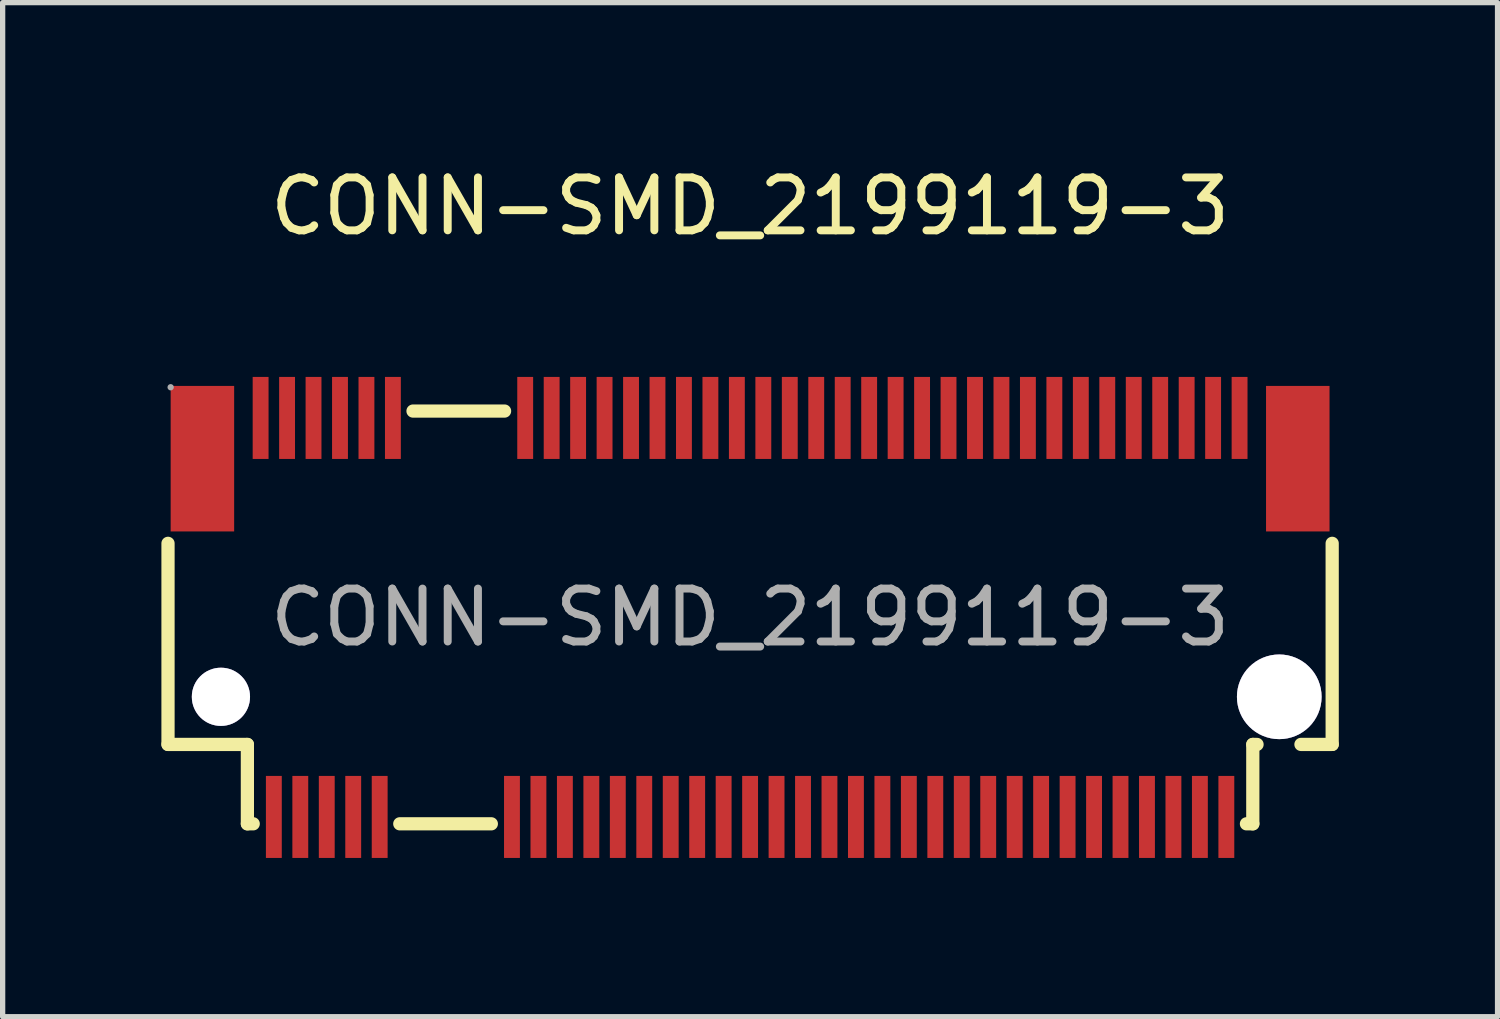
<source format=kicad_pcb>
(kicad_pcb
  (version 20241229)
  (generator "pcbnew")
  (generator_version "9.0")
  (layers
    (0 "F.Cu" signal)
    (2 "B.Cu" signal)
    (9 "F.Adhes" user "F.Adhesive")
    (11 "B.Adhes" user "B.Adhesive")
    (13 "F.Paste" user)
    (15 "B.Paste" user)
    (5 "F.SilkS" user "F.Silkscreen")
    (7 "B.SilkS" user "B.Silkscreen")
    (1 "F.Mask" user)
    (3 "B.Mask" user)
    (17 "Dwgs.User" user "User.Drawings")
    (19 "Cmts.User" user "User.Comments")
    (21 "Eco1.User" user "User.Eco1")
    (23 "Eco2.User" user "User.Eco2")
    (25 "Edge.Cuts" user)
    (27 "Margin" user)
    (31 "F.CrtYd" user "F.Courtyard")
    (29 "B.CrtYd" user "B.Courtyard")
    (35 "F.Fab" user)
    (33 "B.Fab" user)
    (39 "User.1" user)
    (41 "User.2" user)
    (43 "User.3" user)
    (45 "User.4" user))
  (footprint "CONN-SMD_2199119-3"
    (layer "F.Cu")
    (at 11.125 8.618)
    (property "Reference" "CONN-SMD_2199119-3" (at 0 -7.77 0) (layer "F.SilkS") (effects (font (size 1 1) (thickness 0.15))))
    (attr through_hole)
    (fp_line (start -11 -1.4) (end -11 2.4) (stroke (width 0.25) (type solid)) (layer "F.SilkS"))
    (fp_line (start -11 2.4) (end -9.5 2.4) (stroke (width 0.25) (type solid)) (layer "F.SilkS"))
    (fp_line (start -9.5 2.4) (end -9.5 3.9) (stroke (width 0.25) (type solid)) (layer "F.SilkS"))
    (fp_line (start -9.5 3.9) (end -9.39 3.9) (stroke (width 0.25) (type solid)) (layer "F.SilkS"))
    (fp_line (start -6.62 3.9) (end -4.89 3.9) (stroke (width 0.25) (type solid)) (layer "F.SilkS"))
    (fp_line (start -4.64 -3.9) (end -6.37 -3.9) (stroke (width 0.25) (type solid)) (layer "F.SilkS"))
    (fp_line (start 9.5 2.4) (end 9.5 3.9) (stroke (width 0.25) (type solid)) (layer "F.SilkS"))
    (fp_line (start 9.5 3.9) (end 9.38 3.9) (stroke (width 0.25) (type solid)) (layer "F.SilkS"))
    (fp_line (start 9.58 2.4) (end 9.5 2.4) (stroke (width 0.25) (type solid)) (layer "F.SilkS"))
    (fp_line (start 11 -1.4) (end 11 2.4) (stroke (width 0.25) (type solid)) (layer "F.SilkS"))
    (fp_line (start 11 2.4) (end 10.41 2.4) (stroke (width 0.25) (type solid)) (layer "F.SilkS"))
    (fp_circle (center -10 1.5) (end -9.8 1.5) (stroke (width 0.4) (type solid)) (fill no) (layer "Cmts.User"))
    (fp_circle (center 10 1.5) (end 10.36 1.5) (stroke (width 0.72) (type solid)) (fill no) (layer "Cmts.User"))
    (fp_circle (center -10.95 -4.35) (end -10.92 -4.35) (stroke (width 0.06) (type solid)) (fill no) (layer "F.Fab"))
    (fp_text user "${REFERENCE}" (at 0 0 0) (layer "F.Fab") (effects (font (size 1 1) (thickness 0.15))))
    (pad "" thru_hole circle (at -10 1.5) (size 1.1 1.1) (drill 1.1) (layers "*.Cu" "*.Mask"))
    (pad "" thru_hole circle (at 10 1.5) (size 1.6 1.6) (drill 1.6) (layers "*.Cu" "*.Mask"))
    (pad "1" smd rect (at -9.25 -3.77) (size 0.3 1.55) (layers "F.Cu" "F.Mask" "F.Paste"))
    (pad "2" smd rect (at -9 3.77) (size 0.3 1.55) (layers "F.Cu" "F.Mask" "F.Paste"))
    (pad "3" smd rect (at -8.75 -3.77) (size 0.3 1.55) (layers "F.Cu" "F.Mask" "F.Paste"))
    (pad "4" smd rect (at -8.5 3.77) (size 0.3 1.55) (layers "F.Cu" "F.Mask" "F.Paste"))
    (pad "5" smd rect (at -8.25 -3.77) (size 0.3 1.55) (layers "F.Cu" "F.Mask" "F.Paste"))
    (pad "6" smd rect (at -8 3.77) (size 0.3 1.55) (layers "F.Cu" "F.Mask" "F.Paste"))
    (pad "7" smd rect (at -7.75 -3.77) (size 0.3 1.55) (layers "F.Cu" "F.Mask" "F.Paste"))
    (pad "8" smd rect (at -7.5 3.77) (size 0.3 1.55) (layers "F.Cu" "F.Mask" "F.Paste"))
    (pad "9" smd rect (at -7.25 -3.77) (size 0.3 1.55) (layers "F.Cu" "F.Mask" "F.Paste"))
    (pad "10" smd rect (at -7 3.77) (size 0.3 1.55) (layers "F.Cu" "F.Mask" "F.Paste"))
    (pad "11" smd rect (at -6.75 -3.77) (size 0.3 1.55) (layers "F.Cu" "F.Mask" "F.Paste"))
    (pad "20" smd rect (at -4.5 3.77) (size 0.3 1.55) (layers "F.Cu" "F.Mask" "F.Paste"))
    (pad "21" smd rect (at -4.25 -3.77) (size 0.3 1.55) (layers "F.Cu" "F.Mask" "F.Paste"))
    (pad "22" smd rect (at -4 3.77) (size 0.3 1.55) (layers "F.Cu" "F.Mask" "F.Paste"))
    (pad "23" smd rect (at -3.75 -3.77) (size 0.3 1.55) (layers "F.Cu" "F.Mask" "F.Paste"))
    (pad "24" smd rect (at -3.5 3.77) (size 0.3 1.55) (layers "F.Cu" "F.Mask" "F.Paste"))
    (pad "25" smd rect (at -3.25 -3.77) (size 0.3 1.55) (layers "F.Cu" "F.Mask" "F.Paste"))
    (pad "26" smd rect (at -3 3.77) (size 0.3 1.55) (layers "F.Cu" "F.Mask" "F.Paste"))
    (pad "27" smd rect (at -2.75 -3.77) (size 0.3 1.55) (layers "F.Cu" "F.Mask" "F.Paste"))
    (pad "28" smd rect (at -2.5 3.77) (size 0.3 1.55) (layers "F.Cu" "F.Mask" "F.Paste"))
    (pad "29" smd rect (at -2.25 -3.77) (size 0.3 1.55) (layers "F.Cu" "F.Mask" "F.Paste"))
    (pad "30" smd rect (at -2 3.77) (size 0.3 1.55) (layers "F.Cu" "F.Mask" "F.Paste"))
    (pad "31" smd rect (at -1.75 -3.77) (size 0.3 1.55) (layers "F.Cu" "F.Mask" "F.Paste"))
    (pad "32" smd rect (at -1.5 3.77) (size 0.3 1.55) (layers "F.Cu" "F.Mask" "F.Paste"))
    (pad "33" smd rect (at -1.25 -3.77) (size 0.3 1.55) (layers "F.Cu" "F.Mask" "F.Paste"))
    (pad "34" smd rect (at -1 3.77) (size 0.3 1.55) (layers "F.Cu" "F.Mask" "F.Paste"))
    (pad "35" smd rect (at -0.75 -3.77) (size 0.3 1.55) (layers "F.Cu" "F.Mask" "F.Paste"))
    (pad "36" smd rect (at -0.5 3.77) (size 0.3 1.55) (layers "F.Cu" "F.Mask" "F.Paste"))
    (pad "37" smd rect (at -0.25 -3.77) (size 0.3 1.55) (layers "F.Cu" "F.Mask" "F.Paste"))
    (pad "38" smd rect (at 0 3.77) (size 0.3 1.55) (layers "F.Cu" "F.Mask" "F.Paste"))
    (pad "39" smd rect (at 0.25 -3.77) (size 0.3 1.55) (layers "F.Cu" "F.Mask" "F.Paste"))
    (pad "40" smd rect (at 0.5 3.77) (size 0.3 1.55) (layers "F.Cu" "F.Mask" "F.Paste"))
    (pad "41" smd rect (at 0.75 -3.77) (size 0.3 1.55) (layers "F.Cu" "F.Mask" "F.Paste"))
    (pad "42" smd rect (at 1 3.77) (size 0.3 1.55) (layers "F.Cu" "F.Mask" "F.Paste"))
    (pad "43" smd rect (at 1.25 -3.77) (size 0.3 1.55) (layers "F.Cu" "F.Mask" "F.Paste"))
    (pad "44" smd rect (at 1.5 3.77) (size 0.3 1.55) (layers "F.Cu" "F.Mask" "F.Paste"))
    (pad "45" smd rect (at 1.75 -3.77) (size 0.3 1.55) (layers "F.Cu" "F.Mask" "F.Paste"))
    (pad "46" smd rect (at 2 3.77) (size 0.3 1.55) (layers "F.Cu" "F.Mask" "F.Paste"))
    (pad "47" smd rect (at 2.25 -3.77) (size 0.3 1.55) (layers "F.Cu" "F.Mask" "F.Paste"))
    (pad "48" smd rect (at 2.5 3.77) (size 0.3 1.55) (layers "F.Cu" "F.Mask" "F.Paste"))
    (pad "49" smd rect (at 2.75 -3.77) (size 0.3 1.55) (layers "F.Cu" "F.Mask" "F.Paste"))
    (pad "50" smd rect (at 3 3.77) (size 0.3 1.55) (layers "F.Cu" "F.Mask" "F.Paste"))
    (pad "51" smd rect (at 3.25 -3.77) (size 0.3 1.55) (layers "F.Cu" "F.Mask" "F.Paste"))
    (pad "52" smd rect (at 3.5 3.77) (size 0.3 1.55) (layers "F.Cu" "F.Mask" "F.Paste"))
    (pad "53" smd rect (at 3.75 -3.77) (size 0.3 1.55) (layers "F.Cu" "F.Mask" "F.Paste"))
    (pad "54" smd rect (at 4 3.77) (size 0.3 1.55) (layers "F.Cu" "F.Mask" "F.Paste"))
    (pad "55" smd rect (at 4.25 -3.77) (size 0.3 1.55) (layers "F.Cu" "F.Mask" "F.Paste"))
    (pad "56" smd rect (at 4.5 3.77) (size 0.3 1.55) (layers "F.Cu" "F.Mask" "F.Paste"))
    (pad "57" smd rect (at 4.75 -3.77) (size 0.3 1.55) (layers "F.Cu" "F.Mask" "F.Paste"))
    (pad "58" smd rect (at 5 3.77) (size 0.3 1.55) (layers "F.Cu" "F.Mask" "F.Paste"))
    (pad "59" smd rect (at 5.25 -3.77) (size 0.3 1.55) (layers "F.Cu" "F.Mask" "F.Paste"))
    (pad "60" smd rect (at 5.5 3.77) (size 0.3 1.55) (layers "F.Cu" "F.Mask" "F.Paste"))
    (pad "61" smd rect (at 5.75 -3.77) (size 0.3 1.55) (layers "F.Cu" "F.Mask" "F.Paste"))
    (pad "62" smd rect (at 6 3.77) (size 0.3 1.55) (layers "F.Cu" "F.Mask" "F.Paste"))
    (pad "63" smd rect (at 6.25 -3.77) (size 0.3 1.55) (layers "F.Cu" "F.Mask" "F.Paste"))
    (pad "64" smd rect (at 6.5 3.77) (size 0.3 1.55) (layers "F.Cu" "F.Mask" "F.Paste"))
    (pad "65" smd rect (at 6.75 -3.77) (size 0.3 1.55) (layers "F.Cu" "F.Mask" "F.Paste"))
    (pad "66" smd rect (at 7 3.77) (size 0.3 1.55) (layers "F.Cu" "F.Mask" "F.Paste"))
    (pad "67" smd rect (at 7.25 -3.77) (size 0.3 1.55) (layers "F.Cu" "F.Mask" "F.Paste"))
    (pad "68" smd rect (at 7.5 3.77) (size 0.3 1.55) (layers "F.Cu" "F.Mask" "F.Paste"))
    (pad "69" smd rect (at 7.75 -3.77) (size 0.3 1.55) (layers "F.Cu" "F.Mask" "F.Paste"))
    (pad "70" smd rect (at 8 3.77) (size 0.3 1.55) (layers "F.Cu" "F.Mask" "F.Paste"))
    (pad "71" smd rect (at 8.25 -3.77) (size 0.3 1.55) (layers "F.Cu" "F.Mask" "F.Paste"))
    (pad "72" smd rect (at 8.5 3.77) (size 0.3 1.55) (layers "F.Cu" "F.Mask" "F.Paste"))
    (pad "73" smd rect (at 8.75 -3.77) (size 0.3 1.55) (layers "F.Cu" "F.Mask" "F.Paste"))
    (pad "74" smd rect (at 9 3.77) (size 0.3 1.55) (layers "F.Cu" "F.Mask" "F.Paste"))
    (pad "75" smd rect (at 9.25 -3.77) (size 0.3 1.55) (layers "F.Cu" "F.Mask" "F.Paste"))
    (pad "76" smd rect (at -10.35 -3) (size 1.2 2.75) (layers "F.Cu" "F.Mask" "F.Paste"))
    (pad "77" smd rect (at 10.35 -3) (size 1.2 2.75) (layers "F.Cu" "F.Mask" "F.Paste")))
  (gr_rect
    (start -3 -3)
    (end 25.25 16.163)
    (stroke (width 0.1) (type default))
    (fill no)
    (layer "Edge.Cuts")))
</source>
